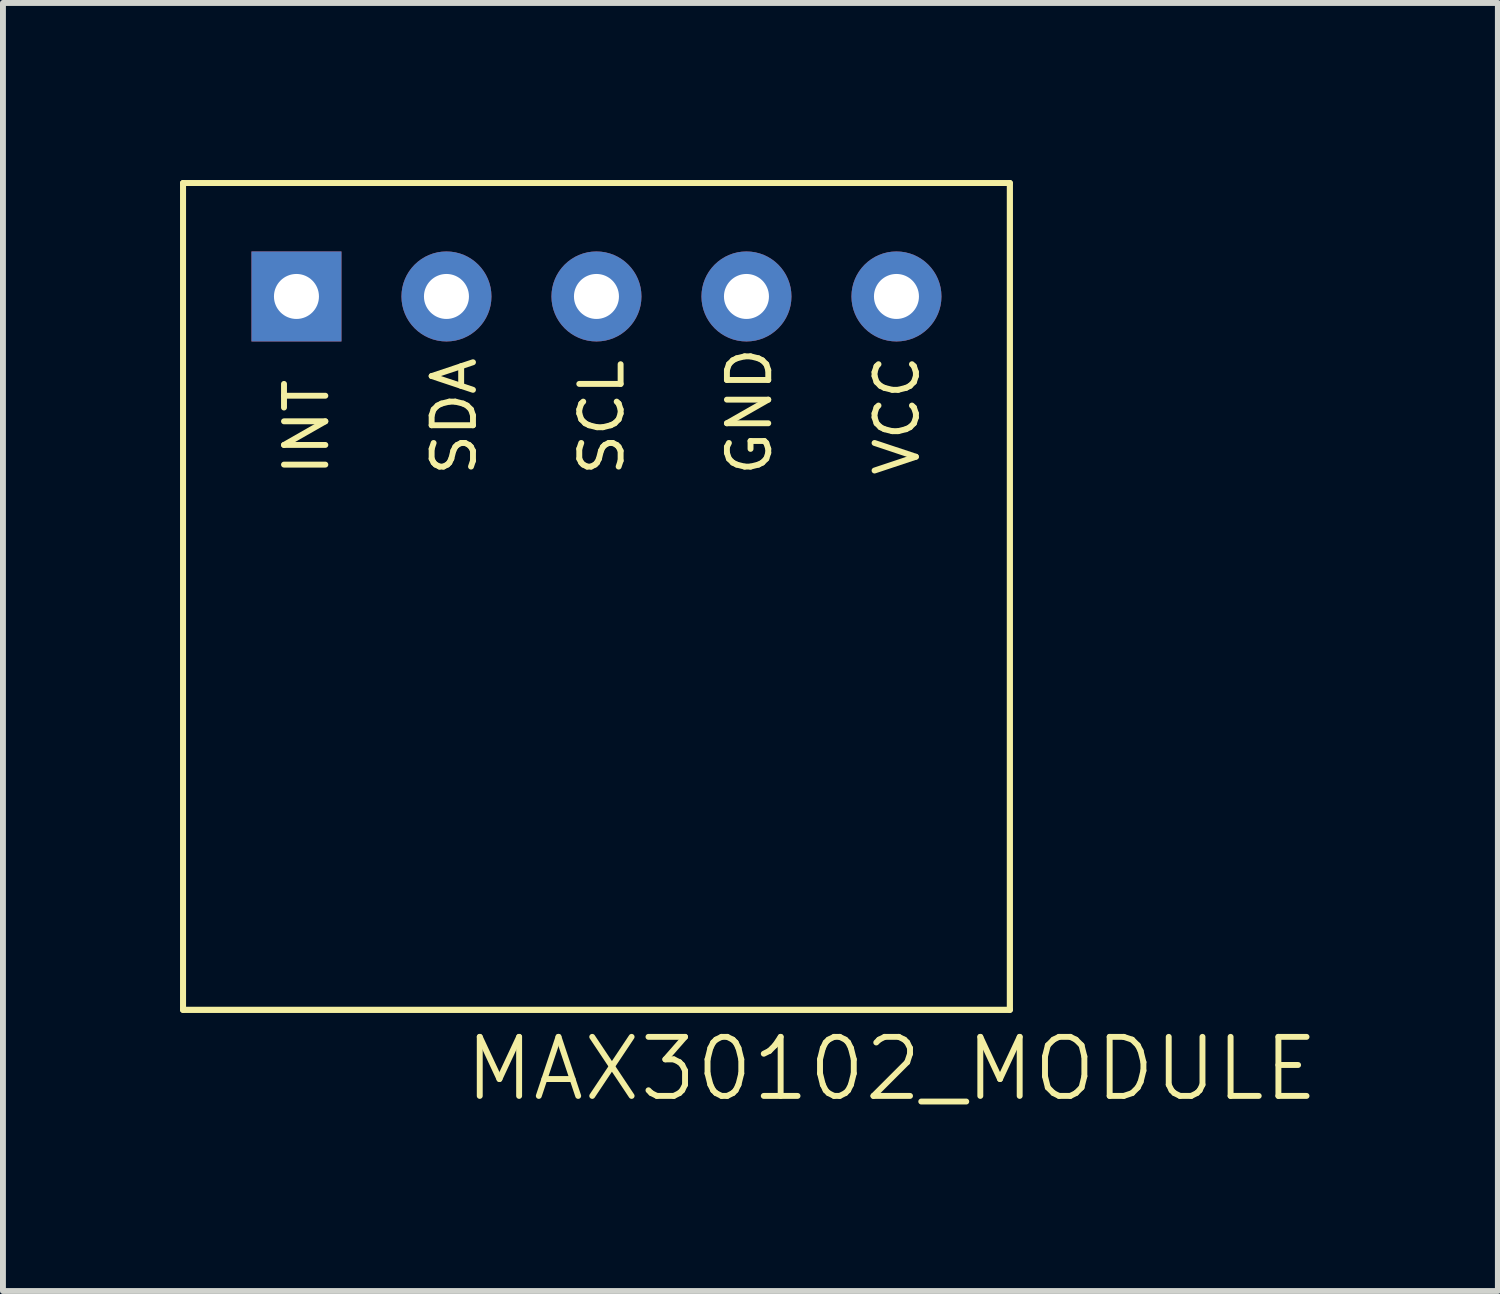
<source format=kicad_pcb>
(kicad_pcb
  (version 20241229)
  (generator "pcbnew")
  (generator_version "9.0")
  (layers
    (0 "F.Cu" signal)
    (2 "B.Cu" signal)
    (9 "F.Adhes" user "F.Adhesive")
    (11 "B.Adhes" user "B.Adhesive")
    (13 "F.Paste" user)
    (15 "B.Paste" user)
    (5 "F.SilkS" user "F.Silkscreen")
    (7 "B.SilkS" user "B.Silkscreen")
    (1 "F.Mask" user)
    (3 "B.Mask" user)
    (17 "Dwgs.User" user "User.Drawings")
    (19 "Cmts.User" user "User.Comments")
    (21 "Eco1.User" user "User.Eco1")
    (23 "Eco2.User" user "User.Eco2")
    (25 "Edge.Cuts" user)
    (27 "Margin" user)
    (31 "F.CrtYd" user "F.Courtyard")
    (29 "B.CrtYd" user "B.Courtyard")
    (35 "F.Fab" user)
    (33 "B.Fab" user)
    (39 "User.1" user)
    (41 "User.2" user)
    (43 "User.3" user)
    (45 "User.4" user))
  (footprint "MAX30102_MODULE"
    (layer "F.Cu")
    (at 7.05 7.05)
    (property "Reference" "MAX30102_MODULE" (at 5 8 0) (unlocked yes) (layer "F.SilkS") (effects (font (size 1 1) (thickness 0.1))))
    (attr through_hole)
    (fp_line (start -7 -7) (end 7 -7) (stroke (width 0.1) (type default)) (layer "F.SilkS"))
    (fp_line (start -7 7) (end -7 -7) (stroke (width 0.1) (type default)) (layer "F.SilkS"))
    (fp_line (start 7 -7) (end 7 7) (stroke (width 0.1) (type default)) (layer "F.SilkS"))
    (fp_line (start 7 7) (end -7 7) (stroke (width 0.1) (type default)) (layer "F.SilkS"))
    (fp_rect (start -7 -7) (end 7 7) (stroke (width 0.1) (type default)) (fill no) (layer "F.SilkS"))
    (fp_text user "SCL" (at 0.5 -2 90) (unlocked yes) (layer "F.SilkS") (effects (font (size 0.7 0.7) (thickness 0.1)) (justify left bottom)))
    (fp_text user "GND" (at 3 -2 90) (unlocked yes) (layer "F.SilkS") (effects (font (size 0.7 0.7) (thickness 0.1)) (justify left bottom)))
    (fp_text user "SDA" (at -2 -2 90) (unlocked yes) (layer "F.SilkS") (effects (font (size 0.7 0.7) (thickness 0.1)) (justify left bottom)))
    (fp_text user "INT" (at -4.5 -2 90) (unlocked yes) (layer "F.SilkS") (effects (font (size 0.7 0.7) (thickness 0.1)) (justify left bottom)))
    (fp_text user "VCC" (at 5.5 -2 90) (unlocked yes) (layer "F.SilkS") (effects (font (size 0.7 0.7) (thickness 0.1)) (justify left bottom)))
    (pad "1" thru_hole rect (at -5.08 -5.08) (size 1.524 1.524) (drill 0.762) (layers "*.Cu" "*.Mask"))
    (pad "2" thru_hole circle (at -2.54 -5.08) (size 1.524 1.524) (drill 0.762) (layers "*.Cu" "*.Mask"))
    (pad "3" thru_hole circle (at 0 -5.08) (size 1.524 1.524) (drill 0.762) (layers "*.Cu" "*.Mask"))
    (pad "4" thru_hole circle (at 2.54 -5.08) (size 1.524 1.524) (drill 0.762) (layers "*.Cu" "*.Mask"))
    (pad "5" thru_hole circle (at 5.08 -5.08) (size 1.524 1.524) (drill 0.762) (layers "*.Cu" "*.Mask"))
    (zone (net_name "") (layer "F.SilkS") (hatch edge 0.5) (connect_pads) (min_thickness 0.25) (filled_areas_thickness no) (keepout (tracks allowed) (vias allowed) (pads not_allowed) (copperpour allowed) (footprints not_allowed)) (placement (enabled no)) (fill) (polygon (pts (xy 0.05 0.05) (xy 14.05 0.05) (xy 14.05 14.05) (xy 0.05 14.05)))))
  (gr_rect
    (start -3 -3)
    (end 22.314 18.811)
    (stroke (width 0.1) (type default))
    (fill no)
    (layer "Edge.Cuts")))
</source>
